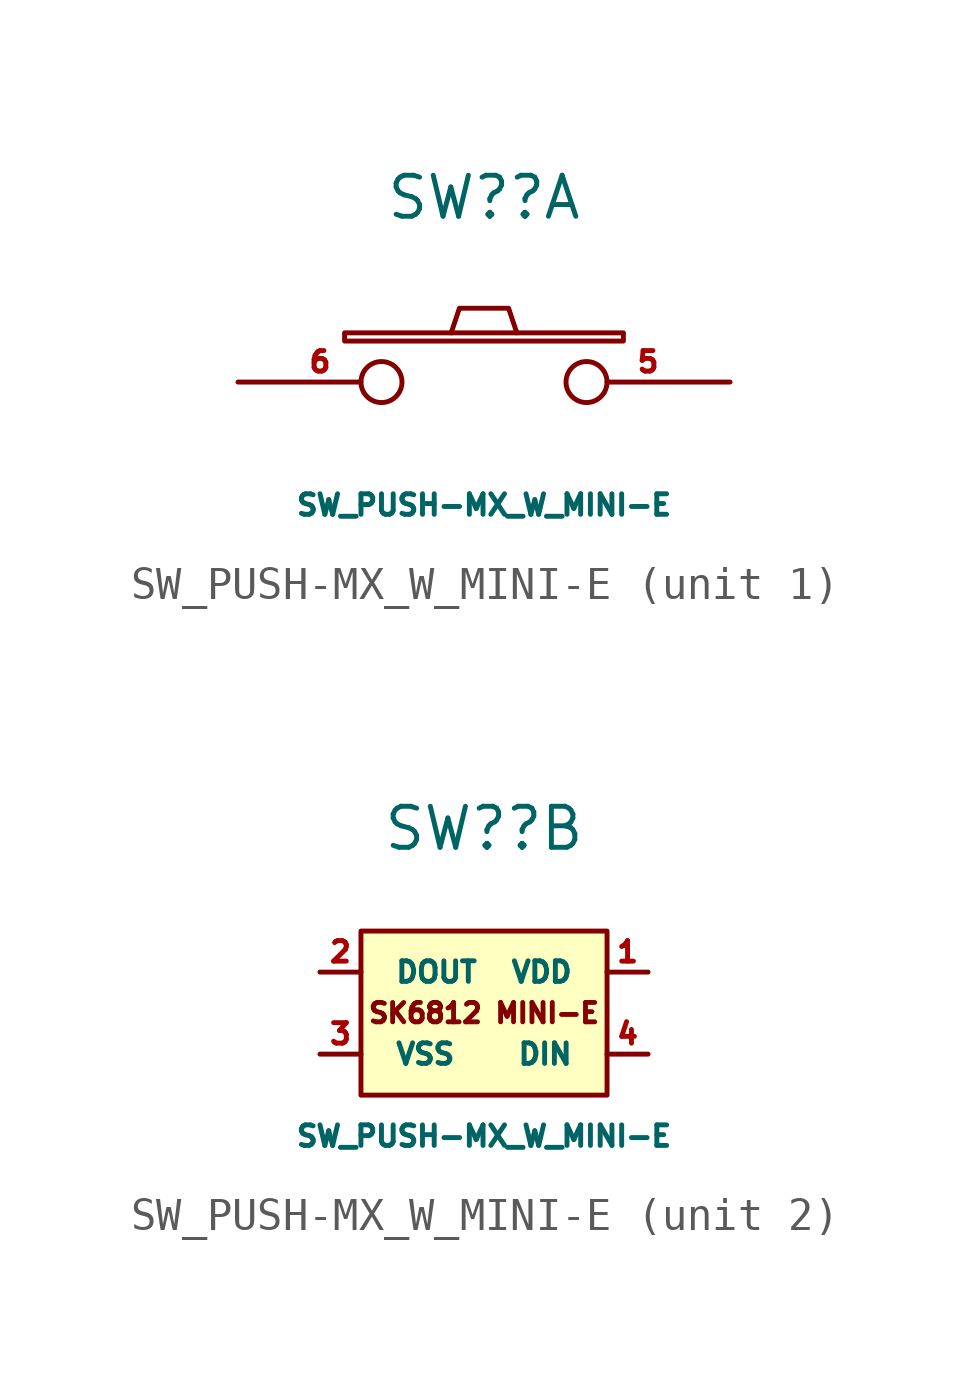
<source format=kicad_sym>
(kicad_symbol_lib
  (version 20220914)
  (generator kicad_symbol_editor)
  (symbol "SW_PUSH-MX_W_MINI-E"
    (pin_names
      (offset 1.016))
    (property "Reference" "SW?"
      (at 0 5.715 0)
      (effects (font (size 1.27 1.27))))
    (property "Value" "SW_PUSH-MX_W_MINI-E"
      (at 0 -3.81 0)
      (effects (font (size 0.635 0.635))))
    (property "ki_locked" ""
      (at 0 0 0)
      (effects (font (size 1.27 1.27))))
    (symbol "SW_PUSH-MX_W_MINI-E_1_1"
      (rectangle (start -4.318 1.27) (end 4.318 1.524) (stroke (width 0) (type solid)) (fill (type none)))
      (polyline (pts (xy -1.016 1.524) (xy -0.762 2.286) (xy 0.762 2.286) (xy 1.016 1.524)) (stroke (width 0) (type solid)) (fill (type none)))
      (pin passive inverted (at 7.62 0 180) (length 5.08) (name "~" (effects (font (size 0.61 0.61)))) (number "5" (effects (font (size 0.635 0.635)))))
      (pin passive inverted (at -7.62 0 0) (length 5.08) (name "~" (effects (font (size 0.61 0.61)))) (number "6" (effects (font (size 0.635 0.635))))))
    (symbol "SW_PUSH-MX_W_MINI-E_2_0"
      (text "SK6812 MINI-E" (at 0 0 0) (effects (font (size 0.6 0.6)))))
    (symbol "SW_PUSH-MX_W_MINI-E_2_1"
      (rectangle (start 3.81 -2.54) (end -3.81 2.54) (stroke (width 0) (type solid)) (fill (type background)))
      (pin power_in line (at 5.08 1.27 180) (length 1.27) (name "VDD" (effects (font (size 0.635 0.635)))) (number "1" (effects (font (size 0.635 0.635)))))
      (pin output line (at -5.08 1.27 0) (length 1.27) (name "DOUT" (effects (font (size 0.635 0.635)))) (number "2" (effects (font (size 0.635 0.635)))))
      (pin power_in line (at -5.08 -1.27 0) (length 1.27) (name "VSS" (effects (font (size 0.635 0.635)))) (number "3" (effects (font (size 0.635 0.635)))))
      (pin input line (at 5.08 -1.27 180) (length 1.27) (name "DIN" (effects (font (size 0.635 0.635)))) (number "4" (effects (font (size 0.635 0.635))))))))
</source>
